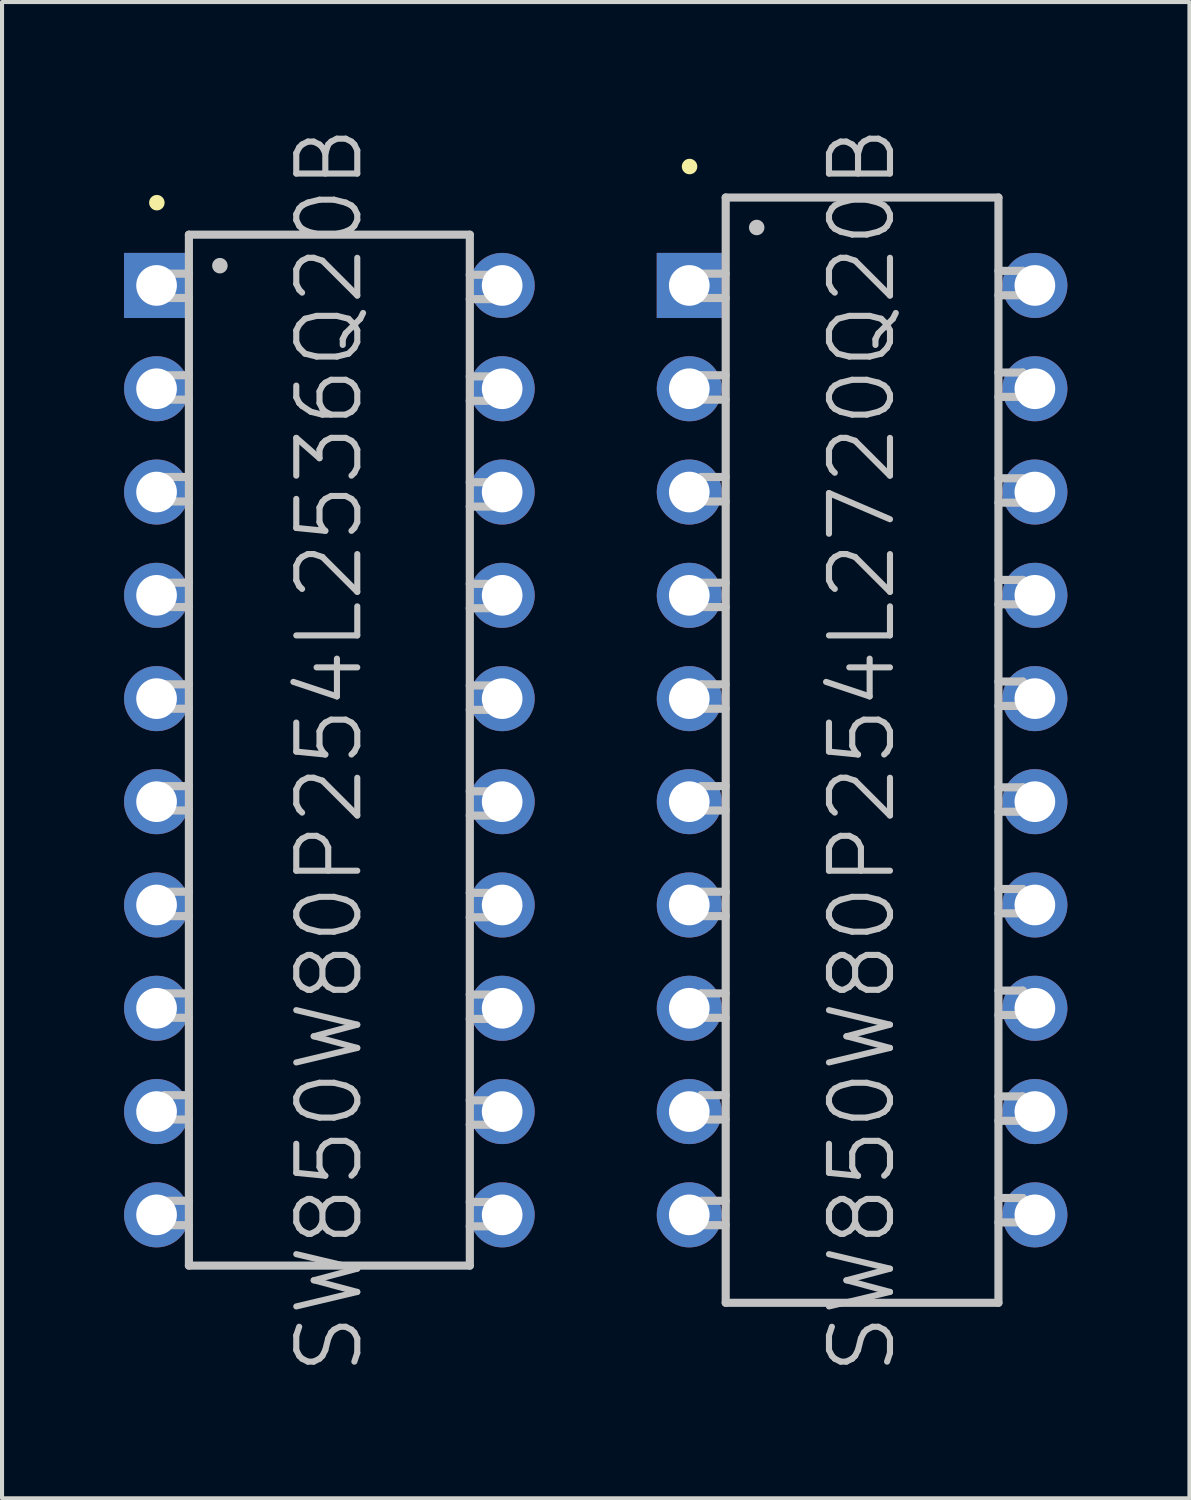
<source format=kicad_pcb>
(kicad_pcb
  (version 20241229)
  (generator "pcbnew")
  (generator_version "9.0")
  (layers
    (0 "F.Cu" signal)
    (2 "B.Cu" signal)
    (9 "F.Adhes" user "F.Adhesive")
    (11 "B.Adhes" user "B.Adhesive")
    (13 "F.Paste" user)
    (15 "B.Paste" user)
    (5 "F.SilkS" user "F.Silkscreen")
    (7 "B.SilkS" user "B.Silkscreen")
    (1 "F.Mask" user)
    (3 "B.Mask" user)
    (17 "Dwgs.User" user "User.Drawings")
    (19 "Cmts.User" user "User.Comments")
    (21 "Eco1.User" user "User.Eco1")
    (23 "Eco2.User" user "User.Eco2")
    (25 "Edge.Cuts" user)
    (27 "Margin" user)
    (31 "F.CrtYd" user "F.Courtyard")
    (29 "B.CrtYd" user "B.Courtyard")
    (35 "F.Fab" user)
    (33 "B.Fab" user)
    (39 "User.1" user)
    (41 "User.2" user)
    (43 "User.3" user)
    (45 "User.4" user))
  (footprint "SW850W80P254L2536Q20B"
    (layer "F.Cu")
    (at 5.049 15.396)
    (property "Reference" "SW850W80P254L2536Q20B" (at 0 0 90) (layer "Dwgs.User") (effects (font (size 1.5 1.5) (thickness 0.15))))
    (attr through_hole)
    (fp_line (start -4.242 -13.462) (end -4.242 -13.462) (stroke (width 0.381) (type solid)) (layer "F.SilkS"))
    (fp_line (start -4.054 -9.218) (end -4.054 -8.618) (stroke (width 0.2) (type solid)) (layer "Dwgs.User"))
    (fp_line (start -4.054 -8.618) (end -3.454 -8.618) (stroke (width 0.2) (type solid)) (layer "Dwgs.User"))
    (fp_line (start -4.054 -6.716) (end -4.054 -6.116) (stroke (width 0.2) (type solid)) (layer "Dwgs.User"))
    (fp_line (start -4.054 -6.116) (end -3.454 -6.116) (stroke (width 0.2) (type solid)) (layer "Dwgs.User"))
    (fp_line (start -4.054 -1.618) (end -4.054 -1.019) (stroke (width 0.2) (type solid)) (layer "Dwgs.User"))
    (fp_line (start -4.054 -1.019) (end -3.454 -1.019) (stroke (width 0.2) (type solid)) (layer "Dwgs.User"))
    (fp_line (start -4.054 0.884) (end -4.054 1.483) (stroke (width 0.2) (type solid)) (layer "Dwgs.User"))
    (fp_line (start -4.054 1.483) (end -3.454 1.483) (stroke (width 0.2) (type solid)) (layer "Dwgs.User"))
    (fp_line (start -4.054 5.982) (end -4.054 6.581) (stroke (width 0.2) (type solid)) (layer "Dwgs.User"))
    (fp_line (start -4.054 6.581) (end -3.454 6.581) (stroke (width 0.2) (type solid)) (layer "Dwgs.User"))
    (fp_line (start -4.054 8.484) (end -4.054 9.083) (stroke (width 0.2) (type solid)) (layer "Dwgs.User"))
    (fp_line (start -4.054 9.083) (end -3.454 9.083) (stroke (width 0.2) (type solid)) (layer "Dwgs.User"))
    (fp_line (start -4.051 -11.717) (end -4.051 -11.118) (stroke (width 0.2) (type solid)) (layer "Dwgs.User"))
    (fp_line (start -4.051 -11.118) (end -3.452 -11.118) (stroke (width 0.2) (type solid)) (layer "Dwgs.User"))
    (fp_line (start -4.051 -4.117) (end -4.051 -3.518) (stroke (width 0.2) (type solid)) (layer "Dwgs.User"))
    (fp_line (start -4.051 -3.518) (end -3.452 -3.518) (stroke (width 0.2) (type solid)) (layer "Dwgs.User"))
    (fp_line (start -4.051 3.482) (end -4.051 4.082) (stroke (width 0.2) (type solid)) (layer "Dwgs.User"))
    (fp_line (start -4.051 4.082) (end -3.452 4.082) (stroke (width 0.2) (type solid)) (layer "Dwgs.User"))
    (fp_line (start -4.051 11.082) (end -4.051 11.681) (stroke (width 0.2) (type solid)) (layer "Dwgs.User"))
    (fp_line (start -4.051 11.681) (end -3.452 11.681) (stroke (width 0.2) (type solid)) (layer "Dwgs.User"))
    (fp_line (start -3.454 -12.675) (end -3.454 12.675) (stroke (width 0.2) (type solid)) (layer "Dwgs.User"))
    (fp_line (start -3.454 -12.675) (end 3.454 -12.675) (stroke (width 0.2) (type solid)) (layer "Dwgs.User"))
    (fp_line (start -3.454 -9.218) (end -4.054 -9.218) (stroke (width 0.2) (type solid)) (layer "Dwgs.User"))
    (fp_line (start -3.454 -6.716) (end -4.054 -6.716) (stroke (width 0.2) (type solid)) (layer "Dwgs.User"))
    (fp_line (start -3.454 -1.618) (end -4.054 -1.618) (stroke (width 0.2) (type solid)) (layer "Dwgs.User"))
    (fp_line (start -3.454 0.884) (end -4.054 0.884) (stroke (width 0.2) (type solid)) (layer "Dwgs.User"))
    (fp_line (start -3.454 5.982) (end -4.054 5.982) (stroke (width 0.2) (type solid)) (layer "Dwgs.User"))
    (fp_line (start -3.454 8.484) (end -4.054 8.484) (stroke (width 0.2) (type solid)) (layer "Dwgs.User"))
    (fp_line (start -3.454 12.675) (end 3.454 12.675) (stroke (width 0.2) (type solid)) (layer "Dwgs.User"))
    (fp_line (start -3.452 -11.717) (end -4.051 -11.717) (stroke (width 0.2) (type solid)) (layer "Dwgs.User"))
    (fp_line (start -3.452 -4.117) (end -4.051 -4.117) (stroke (width 0.2) (type solid)) (layer "Dwgs.User"))
    (fp_line (start -3.452 3.482) (end -4.051 3.482) (stroke (width 0.2) (type solid)) (layer "Dwgs.User"))
    (fp_line (start -3.452 11.082) (end -4.051 11.082) (stroke (width 0.2) (type solid)) (layer "Dwgs.User"))
    (fp_line (start -2.692 -11.913) (end -2.692 -11.913) (stroke (width 0.381) (type solid)) (layer "Dwgs.User"))
    (fp_line (start 3.452 -11.09) (end 4.051 -11.09) (stroke (width 0.2) (type solid)) (layer "Dwgs.User"))
    (fp_line (start 3.452 -8.59) (end 4.051 -8.59) (stroke (width 0.2) (type solid)) (layer "Dwgs.User"))
    (fp_line (start 3.452 -5.989) (end 4.051 -5.989) (stroke (width 0.2) (type solid)) (layer "Dwgs.User"))
    (fp_line (start 3.452 -3.49) (end 4.051 -3.49) (stroke (width 0.2) (type solid)) (layer "Dwgs.User"))
    (fp_line (start 3.452 -0.991) (end 4.051 -0.991) (stroke (width 0.2) (type solid)) (layer "Dwgs.User"))
    (fp_line (start 3.452 1.61) (end 4.051 1.61) (stroke (width 0.2) (type solid)) (layer "Dwgs.User"))
    (fp_line (start 3.452 4.11) (end 4.051 4.11) (stroke (width 0.2) (type solid)) (layer "Dwgs.User"))
    (fp_line (start 3.452 6.609) (end 4.051 6.609) (stroke (width 0.2) (type solid)) (layer "Dwgs.User"))
    (fp_line (start 3.452 9.21) (end 4.051 9.21) (stroke (width 0.2) (type solid)) (layer "Dwgs.User"))
    (fp_line (start 3.452 11.709) (end 4.051 11.709) (stroke (width 0.2) (type solid)) (layer "Dwgs.User"))
    (fp_line (start 3.454 -12.675) (end 3.454 12.675) (stroke (width 0.2) (type solid)) (layer "Dwgs.User"))
    (fp_line (start 4.051 -11.689) (end 3.452 -11.689) (stroke (width 0.2) (type solid)) (layer "Dwgs.User"))
    (fp_line (start 4.051 -11.09) (end 4.051 -11.689) (stroke (width 0.2) (type solid)) (layer "Dwgs.User"))
    (fp_line (start 4.051 -9.19) (end 3.452 -9.19) (stroke (width 0.2) (type solid)) (layer "Dwgs.User"))
    (fp_line (start 4.051 -8.59) (end 4.051 -9.19) (stroke (width 0.2) (type solid)) (layer "Dwgs.User"))
    (fp_line (start 4.051 -6.589) (end 3.452 -6.589) (stroke (width 0.2) (type solid)) (layer "Dwgs.User"))
    (fp_line (start 4.051 -5.989) (end 4.051 -6.589) (stroke (width 0.2) (type solid)) (layer "Dwgs.User"))
    (fp_line (start 4.051 -4.089) (end 3.452 -4.089) (stroke (width 0.2) (type solid)) (layer "Dwgs.User"))
    (fp_line (start 4.051 -3.49) (end 4.051 -4.089) (stroke (width 0.2) (type solid)) (layer "Dwgs.User"))
    (fp_line (start 4.051 -1.59) (end 3.452 -1.59) (stroke (width 0.2) (type solid)) (layer "Dwgs.User"))
    (fp_line (start 4.051 -0.991) (end 4.051 -1.59) (stroke (width 0.2) (type solid)) (layer "Dwgs.User"))
    (fp_line (start 4.051 1.011) (end 3.452 1.011) (stroke (width 0.2) (type solid)) (layer "Dwgs.User"))
    (fp_line (start 4.051 1.61) (end 4.051 1.011) (stroke (width 0.2) (type solid)) (layer "Dwgs.User"))
    (fp_line (start 4.051 3.51) (end 3.452 3.51) (stroke (width 0.2) (type solid)) (layer "Dwgs.User"))
    (fp_line (start 4.051 4.11) (end 4.051 3.51) (stroke (width 0.2) (type solid)) (layer "Dwgs.User"))
    (fp_line (start 4.051 6.01) (end 3.452 6.01) (stroke (width 0.2) (type solid)) (layer "Dwgs.User"))
    (fp_line (start 4.051 6.609) (end 4.051 6.01) (stroke (width 0.2) (type solid)) (layer "Dwgs.User"))
    (fp_line (start 4.051 8.611) (end 3.452 8.611) (stroke (width 0.2) (type solid)) (layer "Dwgs.User"))
    (fp_line (start 4.051 9.21) (end 4.051 8.611) (stroke (width 0.2) (type solid)) (layer "Dwgs.User"))
    (fp_line (start 4.051 11.11) (end 3.452 11.11) (stroke (width 0.2) (type solid)) (layer "Dwgs.User"))
    (fp_line (start 4.051 11.709) (end 4.051 11.11) (stroke (width 0.2) (type solid)) (layer "Dwgs.User"))
    (pad "1" thru_hole rect (at -4.249 -11.427 180) (size 1.6 1.6) (drill 1) (layers "*.Cu" "*.Mask"))
    (pad "2" thru_hole circle (at -4.249 -8.887 180) (size 1.6 1.6) (drill 1) (layers "*.Cu" "*.Mask"))
    (pad "3" thru_hole circle (at -4.249 -6.347 180) (size 1.6 1.6) (drill 1) (layers "*.Cu" "*.Mask"))
    (pad "4" thru_hole circle (at -4.249 -3.807 180) (size 1.6 1.6) (drill 1) (layers "*.Cu" "*.Mask"))
    (pad "5" thru_hole circle (at -4.249 -1.267 180) (size 1.6 1.6) (drill 1) (layers "*.Cu" "*.Mask"))
    (pad "6" thru_hole circle (at -4.249 1.267 180) (size 1.6 1.6) (drill 1) (layers "*.Cu" "*.Mask"))
    (pad "7" thru_hole circle (at -4.249 3.807 180) (size 1.6 1.6) (drill 1) (layers "*.Cu" "*.Mask"))
    (pad "8" thru_hole circle (at -4.249 6.347 180) (size 1.6 1.6) (drill 1) (layers "*.Cu" "*.Mask"))
    (pad "9" thru_hole circle (at -4.249 8.887 180) (size 1.6 1.6) (drill 1) (layers "*.Cu" "*.Mask"))
    (pad "10" thru_hole circle (at -4.249 11.427 180) (size 1.6 1.6) (drill 1) (layers "*.Cu" "*.Mask"))
    (pad "11" thru_hole circle (at 4.249 11.427 180) (size 1.6 1.6) (drill 1) (layers "*.Cu" "*.Mask"))
    (pad "12" thru_hole circle (at 4.249 8.887 180) (size 1.6 1.6) (drill 1) (layers "*.Cu" "*.Mask"))
    (pad "13" thru_hole circle (at 4.249 6.347 180) (size 1.6 1.6) (drill 1) (layers "*.Cu" "*.Mask"))
    (pad "14" thru_hole circle (at 4.249 3.807 180) (size 1.6 1.6) (drill 1) (layers "*.Cu" "*.Mask"))
    (pad "15" thru_hole circle (at 4.249 1.267 180) (size 1.6 1.6) (drill 1) (layers "*.Cu" "*.Mask"))
    (pad "16" thru_hole circle (at 4.249 -1.267 180) (size 1.6 1.6) (drill 1) (layers "*.Cu" "*.Mask"))
    (pad "17" thru_hole circle (at 4.249 -3.807 180) (size 1.6 1.6) (drill 1) (layers "*.Cu" "*.Mask"))
    (pad "18" thru_hole circle (at 4.249 -6.347 180) (size 1.6 1.6) (drill 1) (layers "*.Cu" "*.Mask"))
    (pad "19" thru_hole circle (at 4.249 -8.887 180) (size 1.6 1.6) (drill 1) (layers "*.Cu" "*.Mask"))
    (pad "20" thru_hole circle (at 4.249 -11.427 180) (size 1.6 1.6) (drill 1) (layers "*.Cu" "*.Mask")))
  (footprint "SW850W80P254L2720Q20B"
    (layer "F.Cu")
    (at 18.148 15.396)
    (property "Reference" "SW850W80P254L2720Q20B" (at 0 0 90) (layer "Dwgs.User") (effects (font (size 1.5 1.5) (thickness 0.15))))
    (attr through_hole)
    (fp_line (start -4.242 -14.351) (end -4.242 -14.351) (stroke (width 0.381) (type solid)) (layer "F.SilkS"))
    (fp_line (start -3.955 -9.218) (end -3.955 -8.618) (stroke (width 0.2) (type solid)) (layer "Dwgs.User"))
    (fp_line (start -3.955 -8.618) (end -3.355 -8.618) (stroke (width 0.2) (type solid)) (layer "Dwgs.User"))
    (fp_line (start -3.955 -6.716) (end -3.955 -6.116) (stroke (width 0.2) (type solid)) (layer "Dwgs.User"))
    (fp_line (start -3.955 -6.116) (end -3.355 -6.116) (stroke (width 0.2) (type solid)) (layer "Dwgs.User"))
    (fp_line (start -3.955 -1.618) (end -3.955 -1.019) (stroke (width 0.2) (type solid)) (layer "Dwgs.User"))
    (fp_line (start -3.955 -1.019) (end -3.355 -1.019) (stroke (width 0.2) (type solid)) (layer "Dwgs.User"))
    (fp_line (start -3.955 0.884) (end -3.955 1.483) (stroke (width 0.2) (type solid)) (layer "Dwgs.User"))
    (fp_line (start -3.955 1.483) (end -3.355 1.483) (stroke (width 0.2) (type solid)) (layer "Dwgs.User"))
    (fp_line (start -3.955 5.982) (end -3.955 6.581) (stroke (width 0.2) (type solid)) (layer "Dwgs.User"))
    (fp_line (start -3.955 6.581) (end -3.355 6.581) (stroke (width 0.2) (type solid)) (layer "Dwgs.User"))
    (fp_line (start -3.955 8.484) (end -3.955 9.083) (stroke (width 0.2) (type solid)) (layer "Dwgs.User"))
    (fp_line (start -3.955 9.083) (end -3.355 9.083) (stroke (width 0.2) (type solid)) (layer "Dwgs.User"))
    (fp_line (start -3.952 -11.717) (end -3.952 -11.118) (stroke (width 0.2) (type solid)) (layer "Dwgs.User"))
    (fp_line (start -3.952 -11.118) (end -3.353 -11.118) (stroke (width 0.2) (type solid)) (layer "Dwgs.User"))
    (fp_line (start -3.952 -4.117) (end -3.952 -3.518) (stroke (width 0.2) (type solid)) (layer "Dwgs.User"))
    (fp_line (start -3.952 -3.518) (end -3.353 -3.518) (stroke (width 0.2) (type solid)) (layer "Dwgs.User"))
    (fp_line (start -3.952 3.482) (end -3.952 4.082) (stroke (width 0.2) (type solid)) (layer "Dwgs.User"))
    (fp_line (start -3.952 4.082) (end -3.353 4.082) (stroke (width 0.2) (type solid)) (layer "Dwgs.User"))
    (fp_line (start -3.952 11.082) (end -3.952 11.681) (stroke (width 0.2) (type solid)) (layer "Dwgs.User"))
    (fp_line (start -3.952 11.681) (end -3.353 11.681) (stroke (width 0.2) (type solid)) (layer "Dwgs.User"))
    (fp_line (start -3.355 -9.218) (end -3.955 -9.218) (stroke (width 0.2) (type solid)) (layer "Dwgs.User"))
    (fp_line (start -3.355 -6.716) (end -3.955 -6.716) (stroke (width 0.2) (type solid)) (layer "Dwgs.User"))
    (fp_line (start -3.355 -1.618) (end -3.955 -1.618) (stroke (width 0.2) (type solid)) (layer "Dwgs.User"))
    (fp_line (start -3.355 0.884) (end -3.955 0.884) (stroke (width 0.2) (type solid)) (layer "Dwgs.User"))
    (fp_line (start -3.355 5.982) (end -3.955 5.982) (stroke (width 0.2) (type solid)) (layer "Dwgs.User"))
    (fp_line (start -3.355 8.484) (end -3.955 8.484) (stroke (width 0.2) (type solid)) (layer "Dwgs.User"))
    (fp_line (start -3.353 -13.589) (end -3.353 13.589) (stroke (width 0.2) (type solid)) (layer "Dwgs.User"))
    (fp_line (start -3.353 -13.589) (end 3.353 -13.589) (stroke (width 0.2) (type solid)) (layer "Dwgs.User"))
    (fp_line (start -3.353 -11.717) (end -3.952 -11.717) (stroke (width 0.2) (type solid)) (layer "Dwgs.User"))
    (fp_line (start -3.353 -4.117) (end -3.952 -4.117) (stroke (width 0.2) (type solid)) (layer "Dwgs.User"))
    (fp_line (start -3.353 3.482) (end -3.952 3.482) (stroke (width 0.2) (type solid)) (layer "Dwgs.User"))
    (fp_line (start -3.353 11.082) (end -3.952 11.082) (stroke (width 0.2) (type solid)) (layer "Dwgs.User"))
    (fp_line (start -3.353 13.589) (end 3.353 13.589) (stroke (width 0.2) (type solid)) (layer "Dwgs.User"))
    (fp_line (start -2.591 -12.852) (end -2.591 -12.852) (stroke (width 0.381) (type solid)) (layer "Dwgs.User"))
    (fp_line (start 3.353 -13.589) (end 3.353 13.589) (stroke (width 0.2) (type solid)) (layer "Dwgs.User"))
    (fp_line (start 3.353 -11.186) (end 3.952 -11.186) (stroke (width 0.2) (type solid)) (layer "Dwgs.User"))
    (fp_line (start 3.353 -8.687) (end 3.952 -8.687) (stroke (width 0.2) (type solid)) (layer "Dwgs.User"))
    (fp_line (start 3.353 -6.086) (end 3.952 -6.086) (stroke (width 0.2) (type solid)) (layer "Dwgs.User"))
    (fp_line (start 3.353 -3.586) (end 3.952 -3.586) (stroke (width 0.2) (type solid)) (layer "Dwgs.User"))
    (fp_line (start 3.353 -1.087) (end 3.952 -1.087) (stroke (width 0.2) (type solid)) (layer "Dwgs.User"))
    (fp_line (start 3.353 1.514) (end 3.952 1.514) (stroke (width 0.2) (type solid)) (layer "Dwgs.User"))
    (fp_line (start 3.353 4.013) (end 3.952 4.013) (stroke (width 0.2) (type solid)) (layer "Dwgs.User"))
    (fp_line (start 3.353 6.513) (end 3.952 6.513) (stroke (width 0.2) (type solid)) (layer "Dwgs.User"))
    (fp_line (start 3.353 9.114) (end 3.952 9.114) (stroke (width 0.2) (type solid)) (layer "Dwgs.User"))
    (fp_line (start 3.353 11.613) (end 3.952 11.613) (stroke (width 0.2) (type solid)) (layer "Dwgs.User"))
    (fp_line (start 3.952 -11.786) (end 3.353 -11.786) (stroke (width 0.2) (type solid)) (layer "Dwgs.User"))
    (fp_line (start 3.952 -11.186) (end 3.952 -11.786) (stroke (width 0.2) (type solid)) (layer "Dwgs.User"))
    (fp_line (start 3.952 -9.286) (end 3.353 -9.286) (stroke (width 0.2) (type solid)) (layer "Dwgs.User"))
    (fp_line (start 3.952 -8.687) (end 3.952 -9.286) (stroke (width 0.2) (type solid)) (layer "Dwgs.User"))
    (fp_line (start 3.952 -6.685) (end 3.353 -6.685) (stroke (width 0.2) (type solid)) (layer "Dwgs.User"))
    (fp_line (start 3.952 -6.086) (end 3.952 -6.685) (stroke (width 0.2) (type solid)) (layer "Dwgs.User"))
    (fp_line (start 3.952 -4.186) (end 3.353 -4.186) (stroke (width 0.2) (type solid)) (layer "Dwgs.User"))
    (fp_line (start 3.952 -3.586) (end 3.952 -4.186) (stroke (width 0.2) (type solid)) (layer "Dwgs.User"))
    (fp_line (start 3.952 -1.687) (end 3.353 -1.687) (stroke (width 0.2) (type solid)) (layer "Dwgs.User"))
    (fp_line (start 3.952 -1.087) (end 3.952 -1.687) (stroke (width 0.2) (type solid)) (layer "Dwgs.User"))
    (fp_line (start 3.952 0.914) (end 3.353 0.914) (stroke (width 0.2) (type solid)) (layer "Dwgs.User"))
    (fp_line (start 3.952 1.514) (end 3.952 0.914) (stroke (width 0.2) (type solid)) (layer "Dwgs.User"))
    (fp_line (start 3.952 3.414) (end 3.353 3.414) (stroke (width 0.2) (type solid)) (layer "Dwgs.User"))
    (fp_line (start 3.952 4.013) (end 3.952 3.414) (stroke (width 0.2) (type solid)) (layer "Dwgs.User"))
    (fp_line (start 3.952 5.913) (end 3.353 5.913) (stroke (width 0.2) (type solid)) (layer "Dwgs.User"))
    (fp_line (start 3.952 6.513) (end 3.952 5.913) (stroke (width 0.2) (type solid)) (layer "Dwgs.User"))
    (fp_line (start 3.952 8.514) (end 3.353 8.514) (stroke (width 0.2) (type solid)) (layer "Dwgs.User"))
    (fp_line (start 3.952 9.114) (end 3.952 8.514) (stroke (width 0.2) (type solid)) (layer "Dwgs.User"))
    (fp_line (start 3.952 11.013) (end 3.353 11.013) (stroke (width 0.2) (type solid)) (layer "Dwgs.User"))
    (fp_line (start 3.952 11.613) (end 3.952 11.013) (stroke (width 0.2) (type solid)) (layer "Dwgs.User"))
    (pad "1" thru_hole rect (at -4.249 -11.427 180) (size 1.6 1.6) (drill 1) (layers "*.Cu" "*.Mask"))
    (pad "2" thru_hole circle (at -4.249 -8.887 180) (size 1.6 1.6) (drill 1) (layers "*.Cu" "*.Mask"))
    (pad "3" thru_hole circle (at -4.249 -6.347 180) (size 1.6 1.6) (drill 1) (layers "*.Cu" "*.Mask"))
    (pad "4" thru_hole circle (at -4.249 -3.807 180) (size 1.6 1.6) (drill 1) (layers "*.Cu" "*.Mask"))
    (pad "5" thru_hole circle (at -4.249 -1.267 180) (size 1.6 1.6) (drill 1) (layers "*.Cu" "*.Mask"))
    (pad "6" thru_hole circle (at -4.249 1.267 180) (size 1.6 1.6) (drill 1) (layers "*.Cu" "*.Mask"))
    (pad "7" thru_hole circle (at -4.249 3.807 180) (size 1.6 1.6) (drill 1) (layers "*.Cu" "*.Mask"))
    (pad "8" thru_hole circle (at -4.249 6.347 180) (size 1.6 1.6) (drill 1) (layers "*.Cu" "*.Mask"))
    (pad "9" thru_hole circle (at -4.249 8.887 180) (size 1.6 1.6) (drill 1) (layers "*.Cu" "*.Mask"))
    (pad "10" thru_hole circle (at -4.249 11.427 180) (size 1.6 1.6) (drill 1) (layers "*.Cu" "*.Mask"))
    (pad "11" thru_hole circle (at 4.249 11.427 180) (size 1.6 1.6) (drill 1) (layers "*.Cu" "*.Mask"))
    (pad "12" thru_hole circle (at 4.249 8.887 180) (size 1.6 1.6) (drill 1) (layers "*.Cu" "*.Mask"))
    (pad "13" thru_hole circle (at 4.249 6.347 180) (size 1.6 1.6) (drill 1) (layers "*.Cu" "*.Mask"))
    (pad "14" thru_hole circle (at 4.249 3.807 180) (size 1.6 1.6) (drill 1) (layers "*.Cu" "*.Mask"))
    (pad "15" thru_hole circle (at 4.249 1.267 180) (size 1.6 1.6) (drill 1) (layers "*.Cu" "*.Mask"))
    (pad "16" thru_hole circle (at 4.249 -1.267 180) (size 1.6 1.6) (drill 1) (layers "*.Cu" "*.Mask"))
    (pad "17" thru_hole circle (at 4.249 -3.807 180) (size 1.6 1.6) (drill 1) (layers "*.Cu" "*.Mask"))
    (pad "18" thru_hole circle (at 4.249 -6.347 180) (size 1.6 1.6) (drill 1) (layers "*.Cu" "*.Mask"))
    (pad "19" thru_hole circle (at 4.249 -8.887 180) (size 1.6 1.6) (drill 1) (layers "*.Cu" "*.Mask"))
    (pad "20" thru_hole circle (at 4.249 -11.427 180) (size 1.6 1.6) (drill 1) (layers "*.Cu" "*.Mask")))
  (gr_rect
    (start -3 -3)
    (end 26.198 33.793)
    (stroke (width 0.1) (type default))
    (fill no)
    (layer "Edge.Cuts")))
</source>
